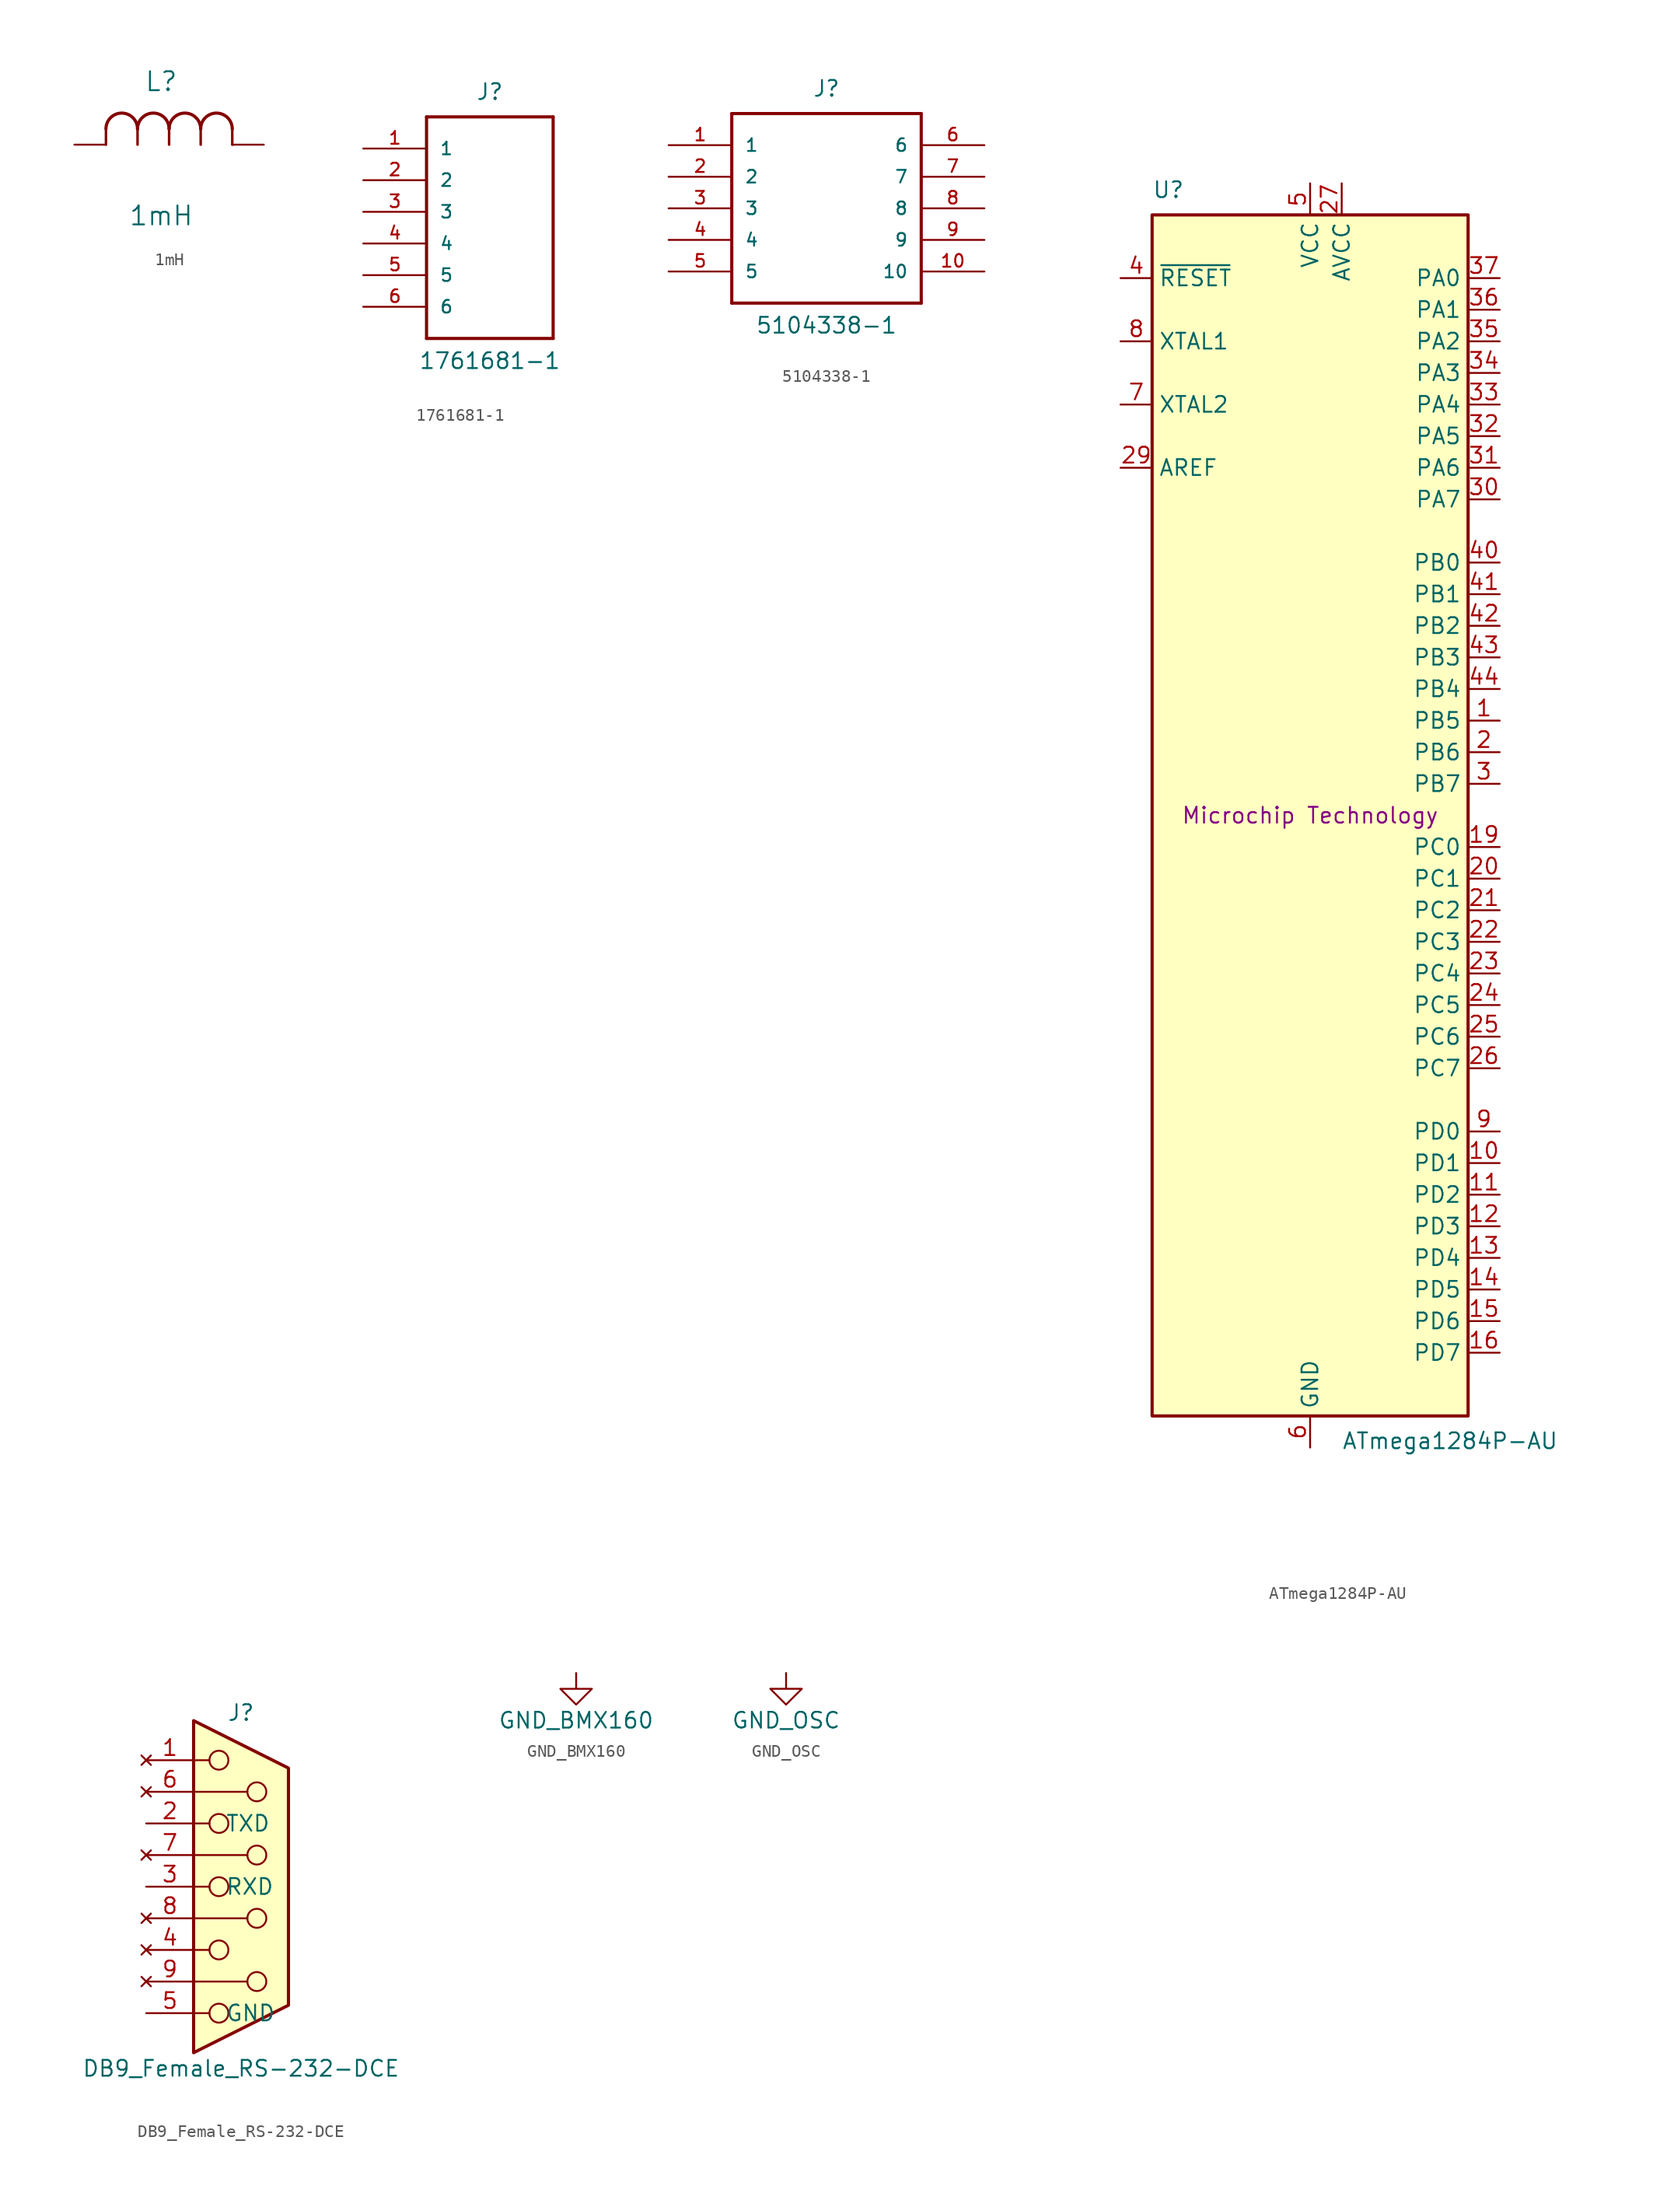
<source format=kicad_sym>
(kicad_symbol_lib
  (version 20211014)
  (generator kicad_symbol_editor)
  (symbol "1mH"
    (pin_numbers hide)
    (pin_names
      (offset 1.651) hide)
    (property "Reference" "L"
      (at 6.985 5.08 0)
      (effects (font (size 1.524 1.524))))
    (property "Value" "1mH"
      (at 6.985 -5.715 0)
      (effects (font (size 1.524 1.524))))
    (symbol "1mH_1_0"
      (polyline (pts (xy 2.54 0) (xy 2.54 1.27)) (stroke (width 0.203) (type default) (color 0 0 0 0)) (fill (type none)))
      (polyline (pts (xy 5.08 0) (xy 5.08 1.27)) (stroke (width 0.203) (type default) (color 0 0 0 0)) (fill (type none)))
      (polyline (pts (xy 7.62 0) (xy 7.62 1.27)) (stroke (width 0.203) (type default) (color 0 0 0 0)) (fill (type none)))
      (polyline (pts (xy 10.16 0) (xy 10.16 1.27)) (stroke (width 0.203) (type default) (color 0 0 0 0)) (fill (type none)))
      (polyline (pts (xy 12.7 0) (xy 12.7 1.27)) (stroke (width 0.203) (type default) (color 0 0 0 0)) (fill (type none)))
      (arc (start 5.08 1.27) (mid 3.81 2.54) (end 2.54 1.27) (stroke (width 0.254) (type default) (color 0 0 0 0)) (fill (type none)))
      (arc (start 7.62 1.27) (mid 6.35 2.54) (end 5.08 1.27) (stroke (width 0.254) (type default) (color 0 0 0 0)) (fill (type none)))
      (arc (start 10.16 1.27) (mid 8.89 2.54) (end 7.62 1.27) (stroke (width 0.254) (type default) (color 0 0 0 0)) (fill (type none)))
      (arc (start 12.7 1.27) (mid 11.43 2.54) (end 10.16 1.27) (stroke (width 0.254) (type default) (color 0 0 0 0)) (fill (type none)))
      (pin passive line (at 15.24 0 180) (length 2.54) (name "1" (effects (font (size 1.499 1.499)))) (number "1" (effects (font (size 1.499 1.499)))))
      (pin passive line (at 0 0 0) (length 2.54) (name "2" (effects (font (size 1.499 1.499)))) (number "2" (effects (font (size 1.499 1.499)))))))
  (symbol "1761681-1"
    (pin_names
      (offset 1.016))
    (property "Reference" "J"
      (at 0 11.43 0)
      (effects (font (size 1.27 1.27)) (justify bottom)))
    (property "Value" "1761681-1"
      (at 0 -10.16 0)
      (effects (font (size 1.27 1.27)) (justify bottom)))
    (symbol "1761681-1_0_0"
      (polyline (pts (xy -5.08 -7.62) (xy -5.08 10.16)) (stroke (width 0.254) (type default) (color 0 0 0 0)) (fill (type none)))
      (polyline (pts (xy -5.08 10.16) (xy 5.08 10.16)) (stroke (width 0.254) (type default) (color 0 0 0 0)) (fill (type none)))
      (polyline (pts (xy 5.08 -7.62) (xy -5.08 -7.62)) (stroke (width 0.254) (type default) (color 0 0 0 0)) (fill (type none)))
      (polyline (pts (xy 5.08 10.16) (xy 5.08 -7.62)) (stroke (width 0.254) (type default) (color 0 0 0 0)) (fill (type none)))
      (pin passive line (at -10.16 7.62 0) (length 5.08) (name "1" (effects (font (size 1.016 1.016)))) (number "1" (effects (font (size 1.016 1.016)))))
      (pin passive line (at -10.16 5.08 0) (length 5.08) (name "2" (effects (font (size 1.016 1.016)))) (number "2" (effects (font (size 1.016 1.016)))))
      (pin passive line (at -10.16 2.54 0) (length 5.08) (name "3" (effects (font (size 1.016 1.016)))) (number "3" (effects (font (size 1.016 1.016)))))
      (pin passive line (at -10.16 0 0) (length 5.08) (name "4" (effects (font (size 1.016 1.016)))) (number "4" (effects (font (size 1.016 1.016)))))
      (pin passive line (at -10.16 -2.54 0) (length 5.08) (name "5" (effects (font (size 1.016 1.016)))) (number "5" (effects (font (size 1.016 1.016)))))
      (pin passive line (at -10.16 -5.08 0) (length 5.08) (name "6" (effects (font (size 1.016 1.016)))) (number "6" (effects (font (size 1.016 1.016)))))))
  (symbol "5104338-1"
    (pin_names
      (offset 1.016))
    (property "Reference" "J"
      (at 0 8.89 0)
      (effects (font (size 1.27 1.27)) (justify bottom)))
    (property "Value" "5104338-1"
      (at 0 -10.16 0)
      (effects (font (size 1.27 1.27)) (justify bottom)))
    (symbol "5104338-1_0_0"
      (polyline (pts (xy -7.62 -7.62) (xy -7.62 7.62)) (stroke (width 0.254) (type default) (color 0 0 0 0)) (fill (type none)))
      (polyline (pts (xy -7.62 7.62) (xy 7.62 7.62)) (stroke (width 0.254) (type default) (color 0 0 0 0)) (fill (type none)))
      (polyline (pts (xy 7.62 -7.62) (xy -7.62 -7.62)) (stroke (width 0.254) (type default) (color 0 0 0 0)) (fill (type none)))
      (polyline (pts (xy 7.62 7.62) (xy 7.62 -7.62)) (stroke (width 0.254) (type default) (color 0 0 0 0)) (fill (type none)))
      (pin passive line (at -12.7 5.08 0) (length 5.08) (name "1" (effects (font (size 1.016 1.016)))) (number "1" (effects (font (size 1.016 1.016)))))
      (pin passive line (at 12.7 -5.08 180) (length 5.08) (name "10" (effects (font (size 1.016 1.016)))) (number "10" (effects (font (size 1.016 1.016)))))
      (pin passive line (at -12.7 2.54 0) (length 5.08) (name "2" (effects (font (size 1.016 1.016)))) (number "2" (effects (font (size 1.016 1.016)))))
      (pin passive line (at -12.7 0 0) (length 5.08) (name "3" (effects (font (size 1.016 1.016)))) (number "3" (effects (font (size 1.016 1.016)))))
      (pin passive line (at -12.7 -2.54 0) (length 5.08) (name "4" (effects (font (size 1.016 1.016)))) (number "4" (effects (font (size 1.016 1.016)))))
      (pin passive line (at -12.7 -5.08 0) (length 5.08) (name "5" (effects (font (size 1.016 1.016)))) (number "5" (effects (font (size 1.016 1.016)))))
      (pin passive line (at 12.7 5.08 180) (length 5.08) (name "6" (effects (font (size 1.016 1.016)))) (number "6" (effects (font (size 1.016 1.016)))))
      (pin passive line (at 12.7 2.54 180) (length 5.08) (name "7" (effects (font (size 1.016 1.016)))) (number "7" (effects (font (size 1.016 1.016)))))
      (pin passive line (at 12.7 0 180) (length 5.08) (name "8" (effects (font (size 1.016 1.016)))) (number "8" (effects (font (size 1.016 1.016)))))
      (pin passive line (at 12.7 -2.54 180) (length 5.08) (name "9" (effects (font (size 1.016 1.016)))) (number "9" (effects (font (size 1.016 1.016)))))))
  (symbol "ATmega1284P-AU"
    (property "Reference" "U"
      (at -12.7 49.53 0)
      (effects (font (size 1.27 1.27)) (justify left bottom)))
    (property "Value" "ATmega1284P-AU"
      (at 2.54 -49.53 0)
      (effects (font (size 1.27 1.27)) (justify left top)))
    (property "Manufacturer" "Microchip Technology"
      (at 0 0 0)
      (effects (font (size 1.27 1.27))))
    (symbol "ATmega1284P-AU_0_1"
      (rectangle (start -12.7 -48.26) (end 12.7 48.26) (stroke (width 0.254) (type default) (color 0 0 0 0)) (fill (type background))))
    (symbol "ATmega1284P-AU_1_1"
      (pin tri_state line (at 15.24 7.62 180) (length 2.54) (name "PB5" (effects (font (size 1.27 1.27)))) (number "1" (effects (font (size 1.27 1.27)))))
      (pin tri_state line (at 15.24 -27.94 180) (length 2.54) (name "PD1" (effects (font (size 1.27 1.27)))) (number "10" (effects (font (size 1.27 1.27)))))
      (pin tri_state line (at 15.24 -30.48 180) (length 2.54) (name "PD2" (effects (font (size 1.27 1.27)))) (number "11" (effects (font (size 1.27 1.27)))))
      (pin tri_state line (at 15.24 -33.02 180) (length 2.54) (name "PD3" (effects (font (size 1.27 1.27)))) (number "12" (effects (font (size 1.27 1.27)))))
      (pin tri_state line (at 15.24 -35.56 180) (length 2.54) (name "PD4" (effects (font (size 1.27 1.27)))) (number "13" (effects (font (size 1.27 1.27)))))
      (pin tri_state line (at 15.24 -38.1 180) (length 2.54) (name "PD5" (effects (font (size 1.27 1.27)))) (number "14" (effects (font (size 1.27 1.27)))))
      (pin tri_state line (at 15.24 -40.64 180) (length 2.54) (name "PD6" (effects (font (size 1.27 1.27)))) (number "15" (effects (font (size 1.27 1.27)))))
      (pin tri_state line (at 15.24 -43.18 180) (length 2.54) (name "PD7" (effects (font (size 1.27 1.27)))) (number "16" (effects (font (size 1.27 1.27)))))
      (pin passive line (at 0 50.8 270) (length 2.54) hide (name "VCC" (effects (font (size 1.27 1.27)))) (number "17" (effects (font (size 1.27 1.27)))))
      (pin passive line (at 0 -50.8 90) (length 2.54) hide (name "GND" (effects (font (size 1.27 1.27)))) (number "18" (effects (font (size 1.27 1.27)))))
      (pin tri_state line (at 15.24 -2.54 180) (length 2.54) (name "PC0" (effects (font (size 1.27 1.27)))) (number "19" (effects (font (size 1.27 1.27)))))
      (pin tri_state line (at 15.24 5.08 180) (length 2.54) (name "PB6" (effects (font (size 1.27 1.27)))) (number "2" (effects (font (size 1.27 1.27)))))
      (pin tri_state line (at 15.24 -5.08 180) (length 2.54) (name "PC1" (effects (font (size 1.27 1.27)))) (number "20" (effects (font (size 1.27 1.27)))))
      (pin tri_state line (at 15.24 -7.62 180) (length 2.54) (name "PC2" (effects (font (size 1.27 1.27)))) (number "21" (effects (font (size 1.27 1.27)))))
      (pin tri_state line (at 15.24 -10.16 180) (length 2.54) (name "PC3" (effects (font (size 1.27 1.27)))) (number "22" (effects (font (size 1.27 1.27)))))
      (pin tri_state line (at 15.24 -12.7 180) (length 2.54) (name "PC4" (effects (font (size 1.27 1.27)))) (number "23" (effects (font (size 1.27 1.27)))))
      (pin tri_state line (at 15.24 -15.24 180) (length 2.54) (name "PC5" (effects (font (size 1.27 1.27)))) (number "24" (effects (font (size 1.27 1.27)))))
      (pin tri_state line (at 15.24 -17.78 180) (length 2.54) (name "PC6" (effects (font (size 1.27 1.27)))) (number "25" (effects (font (size 1.27 1.27)))))
      (pin tri_state line (at 15.24 -20.32 180) (length 2.54) (name "PC7" (effects (font (size 1.27 1.27)))) (number "26" (effects (font (size 1.27 1.27)))))
      (pin power_in line (at 2.54 50.8 270) (length 2.54) (name "AVCC" (effects (font (size 1.27 1.27)))) (number "27" (effects (font (size 1.27 1.27)))))
      (pin passive line (at 0 -50.8 90) (length 2.54) hide (name "GND" (effects (font (size 1.27 1.27)))) (number "28" (effects (font (size 1.27 1.27)))))
      (pin passive line (at -15.24 27.94 0) (length 2.54) (name "AREF" (effects (font (size 1.27 1.27)))) (number "29" (effects (font (size 1.27 1.27)))))
      (pin tri_state line (at 15.24 2.54 180) (length 2.54) (name "PB7" (effects (font (size 1.27 1.27)))) (number "3" (effects (font (size 1.27 1.27)))))
      (pin tri_state line (at 15.24 25.4 180) (length 2.54) (name "PA7" (effects (font (size 1.27 1.27)))) (number "30" (effects (font (size 1.27 1.27)))))
      (pin tri_state line (at 15.24 27.94 180) (length 2.54) (name "PA6" (effects (font (size 1.27 1.27)))) (number "31" (effects (font (size 1.27 1.27)))))
      (pin tri_state line (at 15.24 30.48 180) (length 2.54) (name "PA5" (effects (font (size 1.27 1.27)))) (number "32" (effects (font (size 1.27 1.27)))))
      (pin tri_state line (at 15.24 33.02 180) (length 2.54) (name "PA4" (effects (font (size 1.27 1.27)))) (number "33" (effects (font (size 1.27 1.27)))))
      (pin tri_state line (at 15.24 35.56 180) (length 2.54) (name "PA3" (effects (font (size 1.27 1.27)))) (number "34" (effects (font (size 1.27 1.27)))))
      (pin tri_state line (at 15.24 38.1 180) (length 2.54) (name "PA2" (effects (font (size 1.27 1.27)))) (number "35" (effects (font (size 1.27 1.27)))))
      (pin tri_state line (at 15.24 40.64 180) (length 2.54) (name "PA1" (effects (font (size 1.27 1.27)))) (number "36" (effects (font (size 1.27 1.27)))))
      (pin tri_state line (at 15.24 43.18 180) (length 2.54) (name "PA0" (effects (font (size 1.27 1.27)))) (number "37" (effects (font (size 1.27 1.27)))))
      (pin passive line (at 0 50.8 270) (length 2.54) hide (name "VCC" (effects (font (size 1.27 1.27)))) (number "38" (effects (font (size 1.27 1.27)))))
      (pin passive line (at 0 -50.8 90) (length 2.54) hide (name "GND" (effects (font (size 1.27 1.27)))) (number "39" (effects (font (size 1.27 1.27)))))
      (pin input line (at -15.24 43.18 0) (length 2.54) (name "~{RESET}" (effects (font (size 1.27 1.27)))) (number "4" (effects (font (size 1.27 1.27)))))
      (pin tri_state line (at 15.24 20.32 180) (length 2.54) (name "PB0" (effects (font (size 1.27 1.27)))) (number "40" (effects (font (size 1.27 1.27)))))
      (pin tri_state line (at 15.24 17.78 180) (length 2.54) (name "PB1" (effects (font (size 1.27 1.27)))) (number "41" (effects (font (size 1.27 1.27)))))
      (pin tri_state line (at 15.24 15.24 180) (length 2.54) (name "PB2" (effects (font (size 1.27 1.27)))) (number "42" (effects (font (size 1.27 1.27)))))
      (pin tri_state line (at 15.24 12.7 180) (length 2.54) (name "PB3" (effects (font (size 1.27 1.27)))) (number "43" (effects (font (size 1.27 1.27)))))
      (pin tri_state line (at 15.24 10.16 180) (length 2.54) (name "PB4" (effects (font (size 1.27 1.27)))) (number "44" (effects (font (size 1.27 1.27)))))
      (pin power_in line (at 0 50.8 270) (length 2.54) (name "VCC" (effects (font (size 1.27 1.27)))) (number "5" (effects (font (size 1.27 1.27)))))
      (pin power_in line (at 0 -50.8 90) (length 2.54) (name "GND" (effects (font (size 1.27 1.27)))) (number "6" (effects (font (size 1.27 1.27)))))
      (pin output line (at -15.24 33.02 0) (length 2.54) (name "XTAL2" (effects (font (size 1.27 1.27)))) (number "7" (effects (font (size 1.27 1.27)))))
      (pin input line (at -15.24 38.1 0) (length 2.54) (name "XTAL1" (effects (font (size 1.27 1.27)))) (number "8" (effects (font (size 1.27 1.27)))))
      (pin tri_state line (at 15.24 -25.4 180) (length 2.54) (name "PD0" (effects (font (size 1.27 1.27)))) (number "9" (effects (font (size 1.27 1.27)))))))
  (symbol "DB9_Female_RS-232-DCE"
    (pin_names
      (offset 2.54))
    (property "Reference" "J"
      (at 0 13.97 0)
      (effects (font (size 1.27 1.27))))
    (property "Value" "DB9_Female_RS-232-DCE"
      (at 0 -14.605 0)
      (effects (font (size 1.27 1.27))))
    (symbol "DB9_Female_RS-232-DCE_0_1"
      (circle (center -1.778 -10.16) (radius 0.762) (stroke (width 0) (type default) (color 0 0 0 0)) (fill (type none)))
      (circle (center -1.778 -5.08) (radius 0.762) (stroke (width 0) (type default) (color 0 0 0 0)) (fill (type none)))
      (circle (center -1.778 0) (radius 0.762) (stroke (width 0) (type default) (color 0 0 0 0)) (fill (type none)))
      (circle (center -1.778 5.08) (radius 0.762) (stroke (width 0) (type default) (color 0 0 0 0)) (fill (type none)))
      (circle (center -1.778 10.16) (radius 0.762) (stroke (width 0) (type default) (color 0 0 0 0)) (fill (type none)))
      (polyline (pts (xy -3.81 -10.16) (xy -2.54 -10.16)) (stroke (width 0) (type default) (color 0 0 0 0)) (fill (type none)))
      (polyline (pts (xy -3.81 -7.62) (xy 0.508 -7.62)) (stroke (width 0) (type default) (color 0 0 0 0)) (fill (type none)))
      (polyline (pts (xy -3.81 -5.08) (xy -2.54 -5.08)) (stroke (width 0) (type default) (color 0 0 0 0)) (fill (type none)))
      (polyline (pts (xy -3.81 -2.54) (xy 0.508 -2.54)) (stroke (width 0) (type default) (color 0 0 0 0)) (fill (type none)))
      (polyline (pts (xy -3.81 0) (xy -2.54 0)) (stroke (width 0) (type default) (color 0 0 0 0)) (fill (type none)))
      (polyline (pts (xy -3.81 2.54) (xy 0.508 2.54)) (stroke (width 0) (type default) (color 0 0 0 0)) (fill (type none)))
      (polyline (pts (xy -3.81 5.08) (xy -2.54 5.08)) (stroke (width 0) (type default) (color 0 0 0 0)) (fill (type none)))
      (polyline (pts (xy -3.81 7.62) (xy 0.508 7.62)) (stroke (width 0) (type default) (color 0 0 0 0)) (fill (type none)))
      (polyline (pts (xy -3.81 10.16) (xy -2.54 10.16)) (stroke (width 0) (type default) (color 0 0 0 0)) (fill (type none)))
      (polyline (pts (xy -3.81 13.335) (xy -3.81 -13.335) (xy 3.81 -9.525) (xy 3.81 9.525) (xy -3.81 13.335)) (stroke (width 0.254) (type default) (color 0 0 0 0)) (fill (type background)))
      (circle (center 1.27 -7.62) (radius 0.762) (stroke (width 0) (type default) (color 0 0 0 0)) (fill (type none)))
      (circle (center 1.27 -2.54) (radius 0.762) (stroke (width 0) (type default) (color 0 0 0 0)) (fill (type none)))
      (circle (center 1.27 2.54) (radius 0.762) (stroke (width 0) (type default) (color 0 0 0 0)) (fill (type none)))
      (circle (center 1.27 7.62) (radius 0.762) (stroke (width 0) (type default) (color 0 0 0 0)) (fill (type none))))
    (symbol "DB9_Female_RS-232-DCE_1_1"
      (pin no_connect line (at -7.62 10.16 0) (length 3.81) (name "~" (effects (font (size 1.27 1.27)))) (number "1" (effects (font (size 1.27 1.27)))))
      (pin passive line (at -7.62 5.08 0) (length 3.81) (name "TXD" (effects (font (size 1.27 1.27)))) (number "2" (effects (font (size 1.27 1.27)))))
      (pin passive line (at -7.62 0 0) (length 3.81) (name "RXD" (effects (font (size 1.27 1.27)))) (number "3" (effects (font (size 1.27 1.27)))))
      (pin no_connect line (at -7.62 -5.08 0) (length 3.81) (name "~" (effects (font (size 1.27 1.27)))) (number "4" (effects (font (size 1.27 1.27)))))
      (pin power_in line (at -7.62 -10.16 0) (length 3.81) (name "GND" (effects (font (size 1.27 1.27)))) (number "5" (effects (font (size 1.27 1.27)))))
      (pin no_connect line (at -7.62 7.62 0) (length 3.81) (name "~" (effects (font (size 1.27 1.27)))) (number "6" (effects (font (size 1.27 1.27)))))
      (pin no_connect line (at -7.62 2.54 0) (length 3.81) (name "~" (effects (font (size 1.27 1.27)))) (number "7" (effects (font (size 1.27 1.27)))))
      (pin no_connect line (at -7.62 -2.54 0) (length 3.81) (name "~" (effects (font (size 1.27 1.27)))) (number "8" (effects (font (size 1.27 1.27)))))
      (pin no_connect line (at -7.62 -7.62 0) (length 3.81) (name "~" (effects (font (size 1.27 1.27)))) (number "9" (effects (font (size 1.27 1.27)))))))
  (symbol "GND_BMX160"
    (power)
    (pin_names
      (offset 0))
    (property "Reference" "#PWR"
      (at 0 -6.35 0)
      (effects (font (size 1.27 1.27)) hide))
    (property "Value" "GND_BMX160"
      (at 0 -3.81 0)
      (effects (font (size 1.27 1.27))))
    (symbol "GND_BMX160_0_1"
      (polyline (pts (xy 0 0) (xy 0 -1.27) (xy 1.27 -1.27) (xy 0 -2.54) (xy -1.27 -1.27) (xy 0 -1.27)) (stroke (width 0) (type default) (color 0 0 0 0)) (fill (type none))))
    (symbol "GND_BMX160_1_1"
      (pin power_in line (at 0 0 270) (length 0) hide (name "GND_BMX160" (effects (font (size 1.27 1.27)))) (number "1" (effects (font (size 1.27 1.27)))))))
  (symbol "GND_OSC"
    (power)
    (pin_names
      (offset 0))
    (property "Reference" "#PWR"
      (at 0 -6.35 0)
      (effects (font (size 1.27 1.27)) hide))
    (property "Value" "GND_OSC"
      (at 0 -3.81 0)
      (effects (font (size 1.27 1.27))))
    (symbol "GND_OSC_0_1"
      (polyline (pts (xy 0 0) (xy 0 -1.27) (xy 1.27 -1.27) (xy 0 -2.54) (xy -1.27 -1.27) (xy 0 -1.27)) (stroke (width 0) (type default) (color 0 0 0 0)) (fill (type none))))
    (symbol "GND_OSC_1_1"
      (pin power_in line (at 0 0 270) (length 0) hide (name "GND_OSC" (effects (font (size 1.27 1.27)))) (number "1" (effects (font (size 1.27 1.27))))))))
</source>
